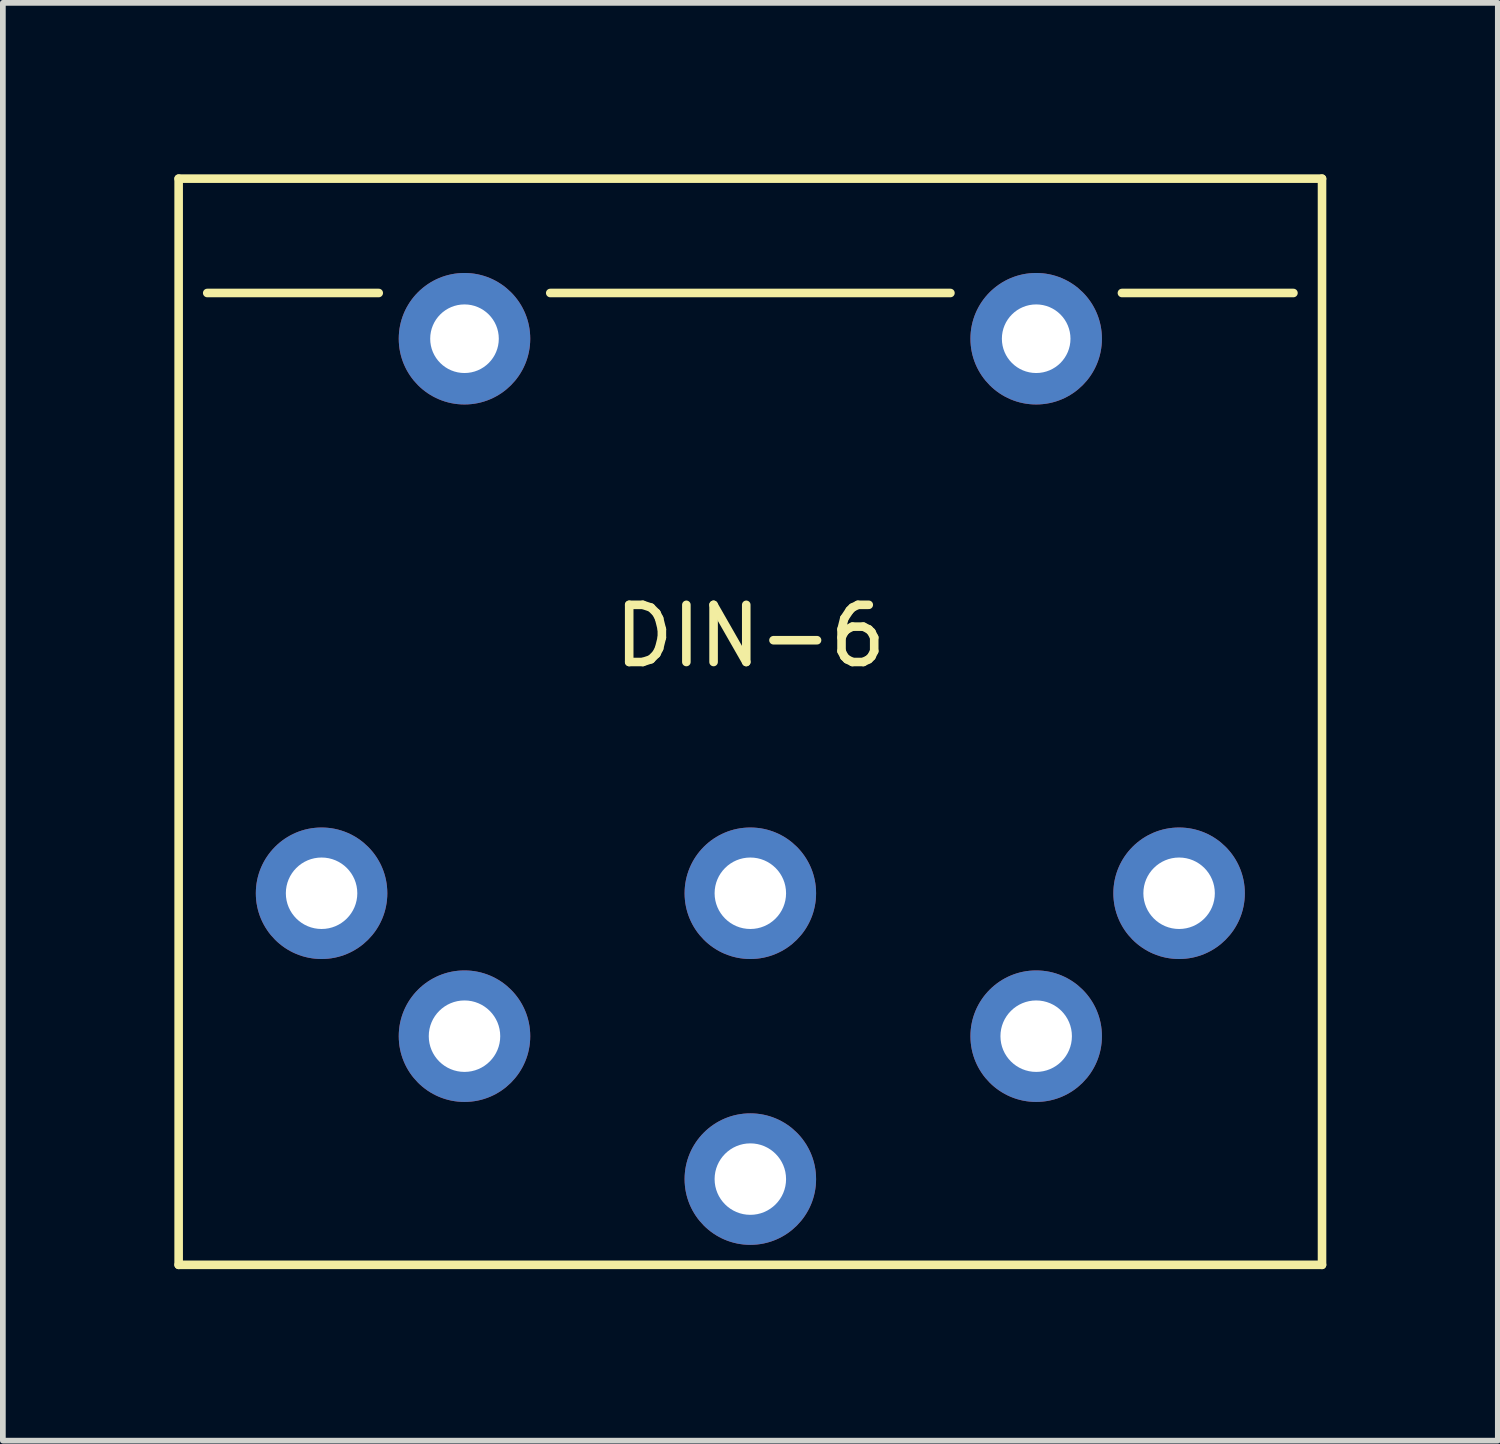
<source format=kicad_pcb>
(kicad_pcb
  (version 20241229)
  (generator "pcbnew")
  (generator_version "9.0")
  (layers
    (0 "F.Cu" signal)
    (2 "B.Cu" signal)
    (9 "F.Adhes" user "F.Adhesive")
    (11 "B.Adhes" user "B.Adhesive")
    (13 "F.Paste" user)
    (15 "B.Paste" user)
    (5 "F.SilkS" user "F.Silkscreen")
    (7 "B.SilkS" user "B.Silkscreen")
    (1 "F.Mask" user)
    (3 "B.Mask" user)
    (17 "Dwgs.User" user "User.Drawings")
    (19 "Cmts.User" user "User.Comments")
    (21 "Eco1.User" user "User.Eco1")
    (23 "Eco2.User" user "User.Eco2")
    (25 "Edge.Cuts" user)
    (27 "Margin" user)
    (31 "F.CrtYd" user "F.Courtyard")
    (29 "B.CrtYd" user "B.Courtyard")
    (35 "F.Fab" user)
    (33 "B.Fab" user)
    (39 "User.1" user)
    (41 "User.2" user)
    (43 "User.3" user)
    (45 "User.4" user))
  (footprint "DIN-6"
    (layer "F.Cu")
    (at 10.075 12.575)
    (property "Reference" "DIN-6" (at 0 -4.5 180) (layer "F.SilkS") (effects (font (size 1 1) (thickness 0.15))))
    (attr through_hole)
    (fp_line (start -10 -12.5) (end -10 6.5) (stroke (width 0.15) (type solid)) (layer "F.SilkS"))
    (fp_line (start -10 6.5) (end 10 6.5) (stroke (width 0.15) (type solid)) (layer "F.SilkS"))
    (fp_line (start -9.5 -10.5) (end -6.5 -10.5) (stroke (width 0.15) (type solid)) (layer "F.SilkS"))
    (fp_line (start -3.5 -10.5) (end 3.5 -10.5) (stroke (width 0.15) (type solid)) (layer "F.SilkS"))
    (fp_line (start 6.5 -10.5) (end 9.5 -10.5) (stroke (width 0.15) (type solid)) (layer "F.SilkS"))
    (fp_line (start 10 -12.5) (end -10 -12.5) (stroke (width 0.15) (type solid)) (layer "F.SilkS"))
    (fp_line (start 10 6.5) (end 10 -12.5) (stroke (width 0.15) (type solid)) (layer "F.SilkS"))
    (pad "" thru_hole circle (at -5 -9.7) (size 2.3 2.3) (drill 1.2) (layers "*.Cu" "*.Mask"))
    (pad "" thru_hole circle (at 5 -9.7) (size 2.3 2.3) (drill 1.2) (layers "*.Cu" "*.Mask"))
    (pad "1" thru_hole circle (at -7.5 0) (size 2.3 2.3) (drill 1.25) (layers "*.Cu" "*.Mask"))
    (pad "2" thru_hole circle (at -5 2.5) (size 2.3 2.3) (drill 1.25) (layers "*.Cu" "*.Mask"))
    (pad "3" thru_hole circle (at 0 0) (size 2.3 2.3) (drill 1.25) (layers "*.Cu" "*.Mask"))
    (pad "4" thru_hole circle (at 5 2.5) (size 2.3 2.3) (drill 1.25) (layers "*.Cu" "*.Mask"))
    (pad "5" thru_hole circle (at 7.5 0 90) (size 2.3 2.3) (drill 1.25) (layers "*.Cu" "*.Mask"))
    (pad "6" thru_hole circle (at 0 5) (size 2.3 2.3) (drill 1.25) (layers "*.Cu" "*.Mask")))
  (gr_rect
    (start -3 -3)
    (end 23.15 22.15)
    (stroke (width 0.1) (type default))
    (fill no)
    (layer "Edge.Cuts")))
</source>
